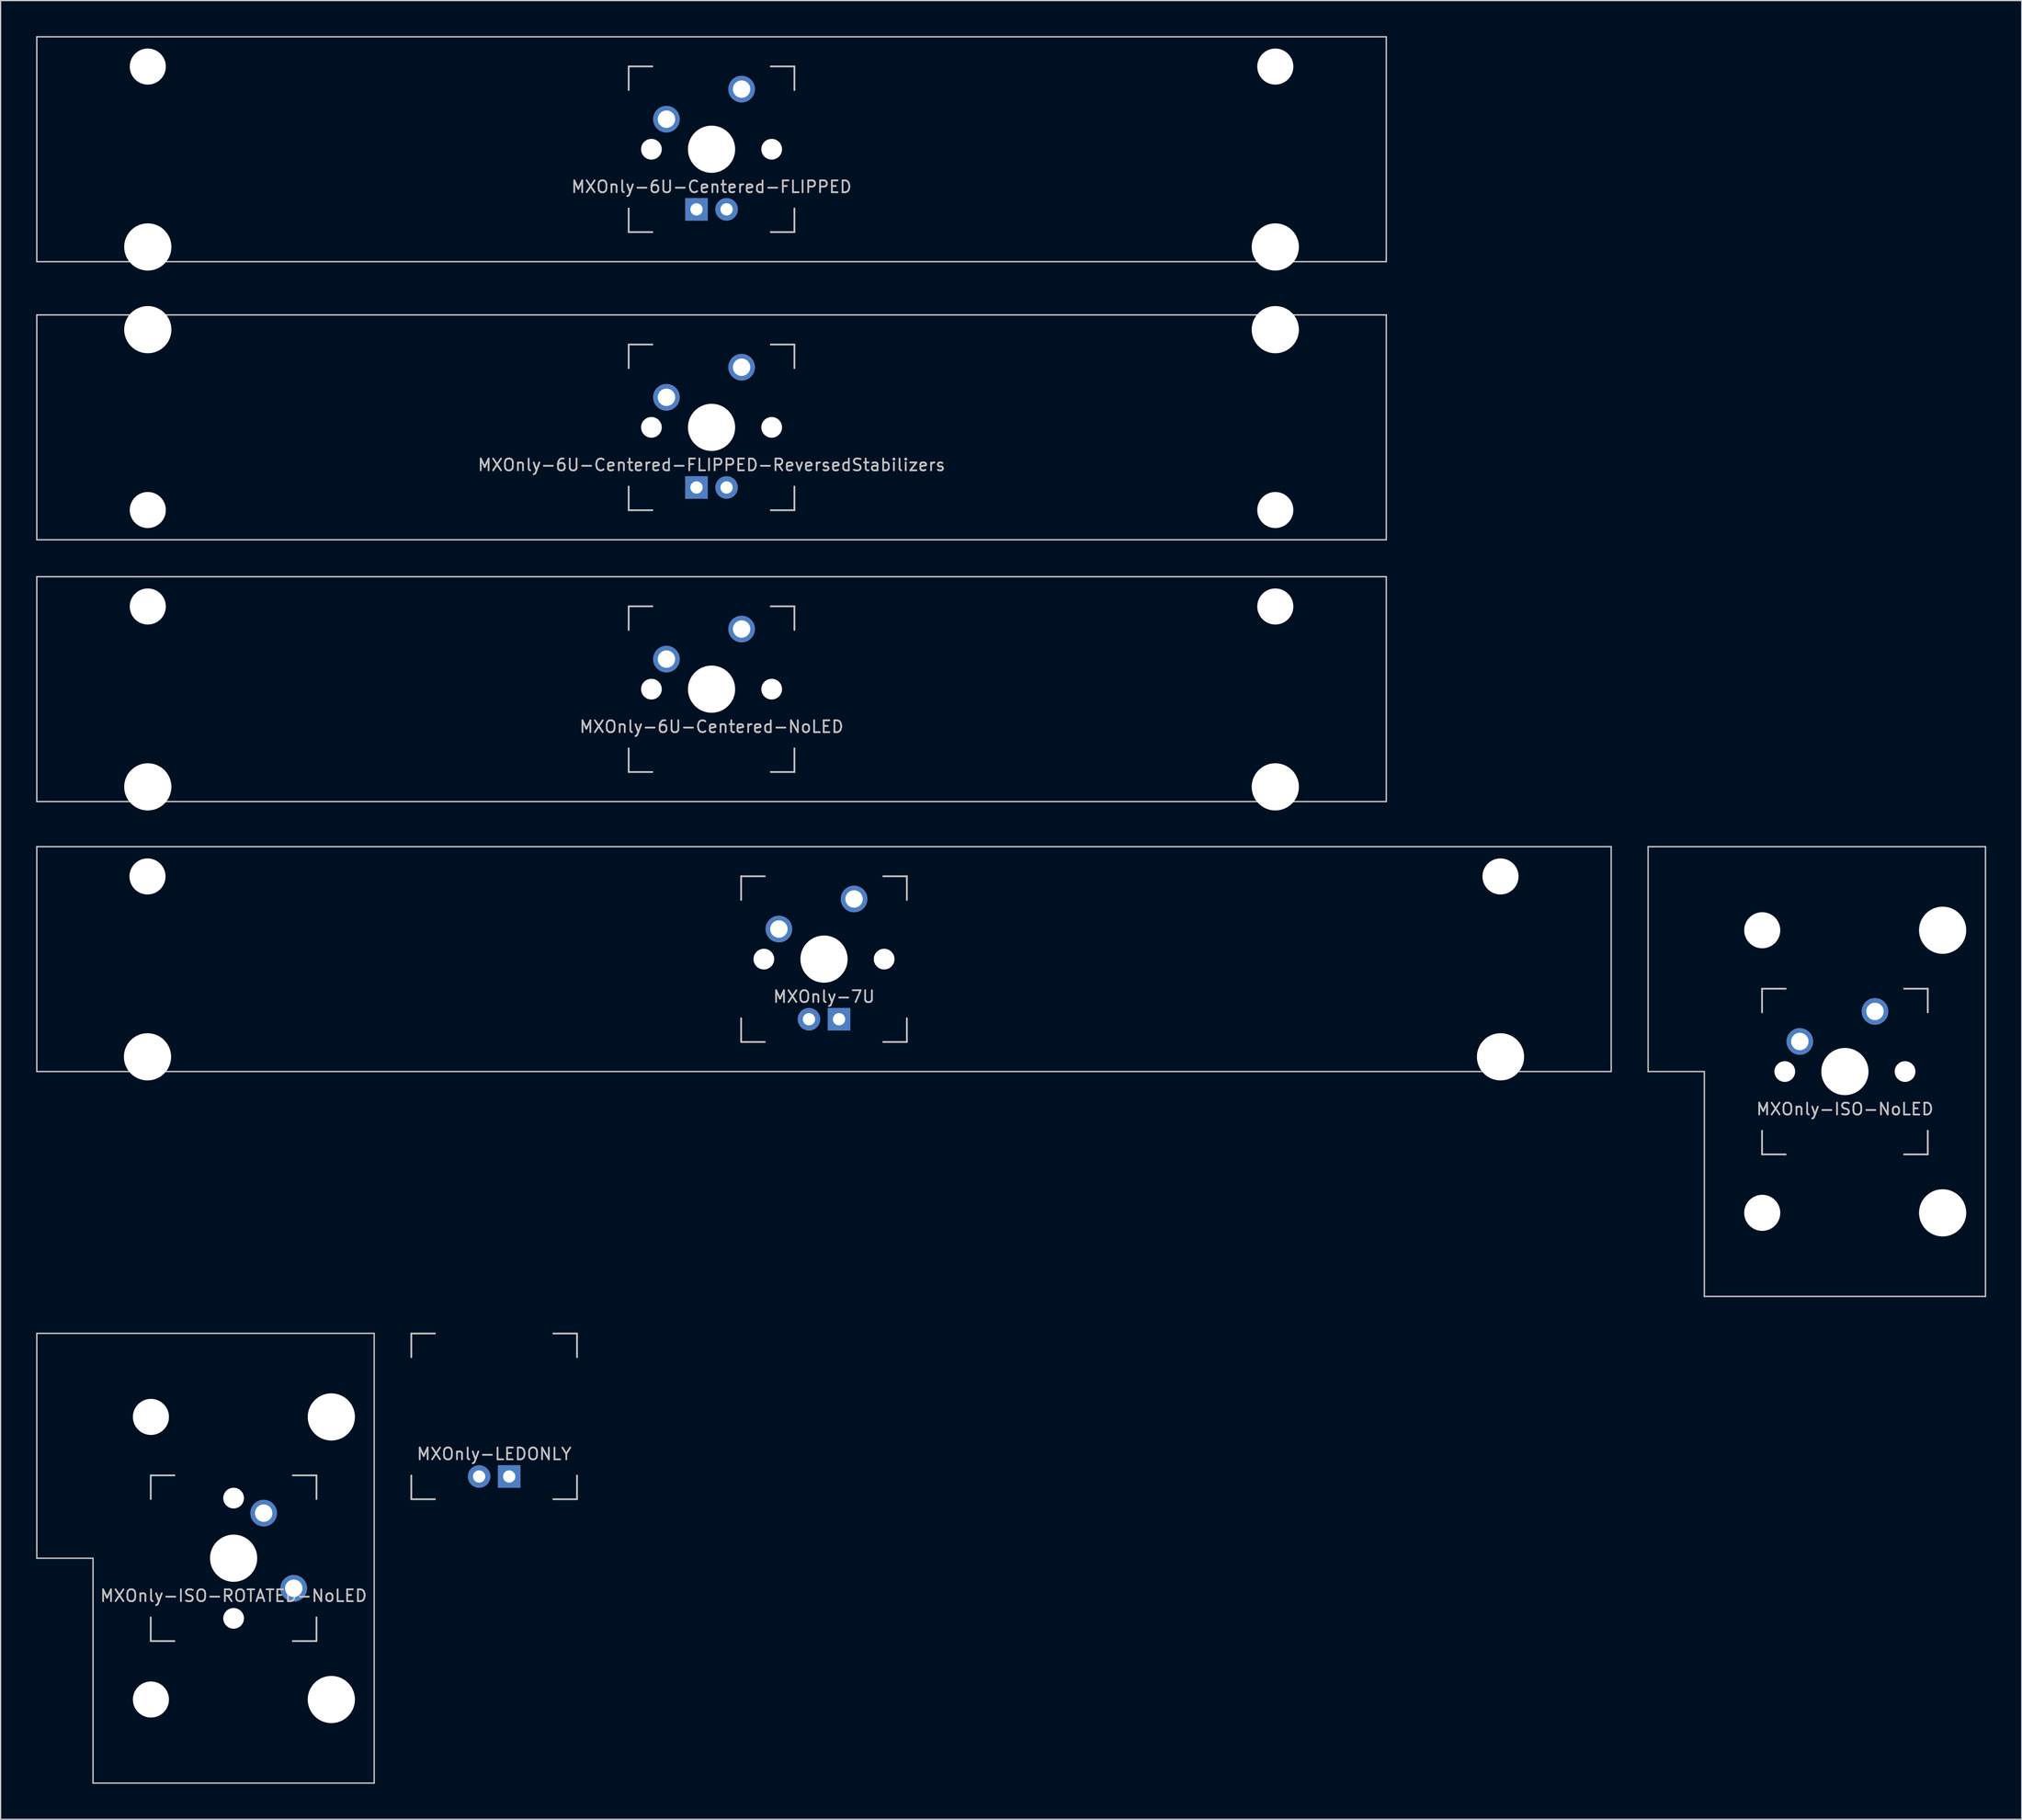
<source format=kicad_pcb>
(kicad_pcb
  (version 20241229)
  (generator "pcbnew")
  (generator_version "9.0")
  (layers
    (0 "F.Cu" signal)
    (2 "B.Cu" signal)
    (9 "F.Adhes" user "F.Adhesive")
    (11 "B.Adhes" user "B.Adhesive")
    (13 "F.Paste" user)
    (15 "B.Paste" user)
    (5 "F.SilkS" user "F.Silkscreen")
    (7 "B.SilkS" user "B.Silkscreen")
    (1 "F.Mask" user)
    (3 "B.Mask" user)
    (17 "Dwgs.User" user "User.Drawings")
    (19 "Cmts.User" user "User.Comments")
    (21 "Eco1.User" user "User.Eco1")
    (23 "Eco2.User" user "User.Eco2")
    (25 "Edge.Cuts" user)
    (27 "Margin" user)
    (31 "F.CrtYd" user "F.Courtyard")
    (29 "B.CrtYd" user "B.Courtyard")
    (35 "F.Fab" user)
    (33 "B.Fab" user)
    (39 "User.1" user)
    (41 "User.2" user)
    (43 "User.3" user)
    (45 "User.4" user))
  (footprint "MXOnly-6U-Centered-FLIPPED-ReversedStabilizers"
    (layer "F.Cu")
    (at 57.06 33.058)
    (property "Reference" "MXOnly-6U-Centered-FLIPPED-ReversedStabilizers" (at 0 3.175 0) (layer "Dwgs.User") (effects (font (size 1 1) (thickness 0.15))))
    (attr through_hole)
    (fp_line (start -57 -9.5) (end -57 9.5) (stroke (width 0.12) (type solid)) (layer "Dwgs.User"))
    (fp_line (start -57 9.5) (end 57 9.5) (stroke (width 0.12) (type solid)) (layer "Dwgs.User"))
    (fp_line (start -7 -7) (end -7 -5) (stroke (width 0.15) (type solid)) (layer "Dwgs.User"))
    (fp_line (start -7 5) (end -7 7) (stroke (width 0.15) (type solid)) (layer "Dwgs.User"))
    (fp_line (start -7 7) (end -5 7) (stroke (width 0.15) (type solid)) (layer "Dwgs.User"))
    (fp_line (start -5 -7) (end -7 -7) (stroke (width 0.15) (type solid)) (layer "Dwgs.User"))
    (fp_line (start 5 -7) (end 7 -7) (stroke (width 0.15) (type solid)) (layer "Dwgs.User"))
    (fp_line (start 5 7) (end 7 7) (stroke (width 0.15) (type solid)) (layer "Dwgs.User"))
    (fp_line (start 7 -7) (end 7 -5) (stroke (width 0.15) (type solid)) (layer "Dwgs.User"))
    (fp_line (start 7 7) (end 7 5) (stroke (width 0.15) (type solid)) (layer "Dwgs.User"))
    (fp_line (start 57 -9.5) (end -57 -9.5) (stroke (width 0.12) (type solid)) (layer "Dwgs.User"))
    (fp_line (start 57 9.5) (end 57 -9.5) (stroke (width 0.12) (type solid)) (layer "Dwgs.User"))
    (pad "" np_thru_hole circle (at -47.625 -8.255) (size 3.988 3.988) (drill 3.988) (layers "*.Cu" "*.Mask"))
    (pad "" np_thru_hole circle (at -47.625 6.985) (size 3.048 3.048) (drill 3.048) (layers "*.Cu" "*.Mask"))
    (pad "" np_thru_hole circle (at -5.08 0 48.1) (size 1.75 1.75) (drill 1.75) (layers "*.Cu" "*.Mask"))
    (pad "" np_thru_hole circle (at 0 0) (size 3.988 3.988) (drill 3.988) (layers "*.Cu" "*.Mask"))
    (pad "" np_thru_hole circle (at 5.08 0 48.1) (size 1.75 1.75) (drill 1.75) (layers "*.Cu" "*.Mask"))
    (pad "" np_thru_hole circle (at 47.625 -8.255) (size 3.988 3.988) (drill 3.988) (layers "*.Cu" "*.Mask"))
    (pad "" np_thru_hole circle (at 47.625 6.985) (size 3.048 3.048) (drill 3.048) (layers "*.Cu" "*.Mask"))
    (pad "1" thru_hole circle (at -3.81 -2.54) (size 2.25 2.25) (drill 1.47) (layers "*.Cu" "B.Mask"))
    (pad "2" thru_hole circle (at 2.54 -5.08) (size 2.25 2.25) (drill 1.47) (layers "*.Cu" "B.Mask"))
    (pad "3" thru_hole circle (at 1.27 5.08) (size 1.905 1.905) (drill 1.04) (layers "*.Cu" "B.Mask"))
    (pad "4" thru_hole rect (at -1.27 5.08) (size 1.905 1.905) (drill 1.04) (layers "*.Cu" "B.Mask")))
  (footprint "MXOnly-ISO-NoLED"
    (layer "F.Cu")
    (at 152.805 87.487)
    (property "Reference" "MXOnly-ISO-NoLED" (at 0 3.175 0) (layer "Dwgs.User") (effects (font (size 1 1) (thickness 0.15))))
    (attr through_hole)
    (fp_line (start -16.625 -19) (end -16.625 0) (stroke (width 0.12) (type solid)) (layer "Dwgs.User"))
    (fp_line (start -11.875 0) (end -16.625 0) (stroke (width 0.12) (type solid)) (layer "Dwgs.User"))
    (fp_line (start -11.875 19) (end -11.875 0) (stroke (width 0.12) (type solid)) (layer "Dwgs.User"))
    (fp_line (start -7 -7) (end -7 -5) (stroke (width 0.15) (type solid)) (layer "Dwgs.User"))
    (fp_line (start -7 5) (end -7 7) (stroke (width 0.15) (type solid)) (layer "Dwgs.User"))
    (fp_line (start -7 7) (end -5 7) (stroke (width 0.15) (type solid)) (layer "Dwgs.User"))
    (fp_line (start -5 -7) (end -7 -7) (stroke (width 0.15) (type solid)) (layer "Dwgs.User"))
    (fp_line (start 5 -7) (end 7 -7) (stroke (width 0.15) (type solid)) (layer "Dwgs.User"))
    (fp_line (start 5 7) (end 7 7) (stroke (width 0.15) (type solid)) (layer "Dwgs.User"))
    (fp_line (start 7 -7) (end 7 -5) (stroke (width 0.15) (type solid)) (layer "Dwgs.User"))
    (fp_line (start 7 7) (end 7 5) (stroke (width 0.15) (type solid)) (layer "Dwgs.User"))
    (fp_line (start 11.875 -19) (end -16.625 -19) (stroke (width 0.12) (type solid)) (layer "Dwgs.User"))
    (fp_line (start 11.875 19) (end -11.875 19) (stroke (width 0.12) (type solid)) (layer "Dwgs.User"))
    (fp_line (start 11.875 19) (end 11.875 -19) (stroke (width 0.12) (type solid)) (layer "Dwgs.User"))
    (pad "" np_thru_hole circle (at -6.985 -11.938) (size 3.048 3.048) (drill 3.048) (layers "*.Cu" "*.Mask"))
    (pad "" np_thru_hole circle (at -6.985 11.938) (size 3.048 3.048) (drill 3.048) (layers "*.Cu" "*.Mask"))
    (pad "" np_thru_hole circle (at -5.08 0 48.1) (size 1.75 1.75) (drill 1.75) (layers "*.Cu" "*.Mask"))
    (pad "" np_thru_hole circle (at 0 0) (size 3.988 3.988) (drill 3.988) (layers "*.Cu" "*.Mask"))
    (pad "" np_thru_hole circle (at 5.08 0 48.1) (size 1.75 1.75) (drill 1.75) (layers "*.Cu" "*.Mask"))
    (pad "" np_thru_hole circle (at 8.255 -11.938) (size 3.988 3.988) (drill 3.988) (layers "*.Cu" "*.Mask"))
    (pad "" np_thru_hole circle (at 8.255 11.938) (size 3.988 3.988) (drill 3.988) (layers "*.Cu" "*.Mask"))
    (pad "1" thru_hole circle (at -3.81 -2.54) (size 2.25 2.25) (drill 1.47) (layers "*.Cu" "B.Mask"))
    (pad "2" thru_hole circle (at 2.54 -5.08) (size 2.25 2.25) (drill 1.47) (layers "*.Cu" "B.Mask")))
  (footprint "MXOnly-ISO-ROTATED-NoLED"
    (layer "F.Cu")
    (at 16.685 128.607)
    (property "Reference" "MXOnly-ISO-ROTATED-NoLED" (at 0 3.175 0) (layer "Dwgs.User") (effects (font (size 1 1) (thickness 0.15))))
    (attr through_hole)
    (fp_line (start -16.625 -19) (end -16.625 0) (stroke (width 0.12) (type solid)) (layer "Dwgs.User"))
    (fp_line (start -11.875 0) (end -16.625 0) (stroke (width 0.12) (type solid)) (layer "Dwgs.User"))
    (fp_line (start -11.875 19) (end -11.875 0) (stroke (width 0.12) (type solid)) (layer "Dwgs.User"))
    (fp_line (start -7 -7) (end -7 -5) (stroke (width 0.15) (type solid)) (layer "Dwgs.User"))
    (fp_line (start -7 5) (end -7 7) (stroke (width 0.15) (type solid)) (layer "Dwgs.User"))
    (fp_line (start -7 7) (end -5 7) (stroke (width 0.15) (type solid)) (layer "Dwgs.User"))
    (fp_line (start -5 -7) (end -7 -7) (stroke (width 0.15) (type solid)) (layer "Dwgs.User"))
    (fp_line (start 5 -7) (end 7 -7) (stroke (width 0.15) (type solid)) (layer "Dwgs.User"))
    (fp_line (start 5 7) (end 7 7) (stroke (width 0.15) (type solid)) (layer "Dwgs.User"))
    (fp_line (start 7 -7) (end 7 -5) (stroke (width 0.15) (type solid)) (layer "Dwgs.User"))
    (fp_line (start 7 7) (end 7 5) (stroke (width 0.15) (type solid)) (layer "Dwgs.User"))
    (fp_line (start 11.875 -19) (end -16.625 -19) (stroke (width 0.12) (type solid)) (layer "Dwgs.User"))
    (fp_line (start 11.875 19) (end -11.875 19) (stroke (width 0.12) (type solid)) (layer "Dwgs.User"))
    (fp_line (start 11.875 19) (end 11.875 -19) (stroke (width 0.12) (type solid)) (layer "Dwgs.User"))
    (pad "" np_thru_hole circle (at -6.985 -11.938) (size 3.048 3.048) (drill 3.048) (layers "*.Cu" "*.Mask"))
    (pad "" np_thru_hole circle (at -6.985 11.938) (size 3.048 3.048) (drill 3.048) (layers "*.Cu" "*.Mask"))
    (pad "" np_thru_hole circle (at 0 -5.08 48.1) (size 1.75 1.75) (drill 1.75) (layers "*.Cu" "*.Mask"))
    (pad "" np_thru_hole circle (at 0 0) (size 3.988 3.988) (drill 3.988) (layers "*.Cu" "*.Mask"))
    (pad "" np_thru_hole circle (at 0 5.08 48.1) (size 1.75 1.75) (drill 1.75) (layers "*.Cu" "*.Mask"))
    (pad "" np_thru_hole circle (at 8.255 -11.938) (size 3.988 3.988) (drill 3.988) (layers "*.Cu" "*.Mask"))
    (pad "" np_thru_hole circle (at 8.255 11.938) (size 3.988 3.988) (drill 3.988) (layers "*.Cu" "*.Mask"))
    (pad "1" thru_hole circle (at 2.54 -3.81) (size 2.25 2.25) (drill 1.47) (layers "*.Cu" "B.Mask"))
    (pad "2" thru_hole circle (at 5.08 2.54) (size 2.25 2.25) (drill 1.47) (layers "*.Cu" "B.Mask")))
  (footprint "MXOnly-6U-Centered-FLIPPED"
    (layer "F.Cu")
    (at 57.06 9.56)
    (property "Reference" "MXOnly-6U-Centered-FLIPPED" (at 0 3.175 0) (layer "Dwgs.User") (effects (font (size 1 1) (thickness 0.15))))
    (attr through_hole)
    (fp_line (start -57 -9.5) (end -57 9.5) (stroke (width 0.12) (type solid)) (layer "Dwgs.User"))
    (fp_line (start -57 9.5) (end 57 9.5) (stroke (width 0.12) (type solid)) (layer "Dwgs.User"))
    (fp_line (start -7 -7) (end -7 -5) (stroke (width 0.15) (type solid)) (layer "Dwgs.User"))
    (fp_line (start -7 5) (end -7 7) (stroke (width 0.15) (type solid)) (layer "Dwgs.User"))
    (fp_line (start -7 7) (end -5 7) (stroke (width 0.15) (type solid)) (layer "Dwgs.User"))
    (fp_line (start -5 -7) (end -7 -7) (stroke (width 0.15) (type solid)) (layer "Dwgs.User"))
    (fp_line (start 5 -7) (end 7 -7) (stroke (width 0.15) (type solid)) (layer "Dwgs.User"))
    (fp_line (start 5 7) (end 7 7) (stroke (width 0.15) (type solid)) (layer "Dwgs.User"))
    (fp_line (start 7 -7) (end 7 -5) (stroke (width 0.15) (type solid)) (layer "Dwgs.User"))
    (fp_line (start 7 7) (end 7 5) (stroke (width 0.15) (type solid)) (layer "Dwgs.User"))
    (fp_line (start 57 -9.5) (end -57 -9.5) (stroke (width 0.12) (type solid)) (layer "Dwgs.User"))
    (fp_line (start 57 9.5) (end 57 -9.5) (stroke (width 0.12) (type solid)) (layer "Dwgs.User"))
    (pad "" np_thru_hole circle (at -47.625 -6.985) (size 3.048 3.048) (drill 3.048) (layers "*.Cu" "*.Mask"))
    (pad "" np_thru_hole circle (at -47.625 8.255) (size 3.988 3.988) (drill 3.988) (layers "*.Cu" "*.Mask"))
    (pad "" np_thru_hole circle (at -5.08 0 48.1) (size 1.75 1.75) (drill 1.75) (layers "*.Cu" "*.Mask"))
    (pad "" np_thru_hole circle (at 0 0) (size 3.988 3.988) (drill 3.988) (layers "*.Cu" "*.Mask"))
    (pad "" np_thru_hole circle (at 5.08 0 48.1) (size 1.75 1.75) (drill 1.75) (layers "*.Cu" "*.Mask"))
    (pad "" np_thru_hole circle (at 47.625 -6.985) (size 3.048 3.048) (drill 3.048) (layers "*.Cu" "*.Mask"))
    (pad "" np_thru_hole circle (at 47.625 8.255) (size 3.988 3.988) (drill 3.988) (layers "*.Cu" "*.Mask"))
    (pad "1" thru_hole circle (at -3.81 -2.54) (size 2.25 2.25) (drill 1.47) (layers "*.Cu" "B.Mask"))
    (pad "2" thru_hole circle (at 2.54 -5.08) (size 2.25 2.25) (drill 1.47) (layers "*.Cu" "B.Mask"))
    (pad "3" thru_hole circle (at 1.27 5.08) (size 1.905 1.905) (drill 1.04) (layers "*.Cu" "B.Mask"))
    (pad "4" thru_hole rect (at -1.27 5.08) (size 1.905 1.905) (drill 1.04) (layers "*.Cu" "B.Mask")))
  (footprint "MXOnly-7U"
    (layer "F.Cu")
    (at 66.56 77.987)
    (property "Reference" "MXOnly-7U" (at 0 3.175 0) (layer "Dwgs.User") (effects (font (size 1 1) (thickness 0.15))))
    (attr through_hole)
    (fp_line (start -66.5 -9.5) (end -66.5 9.5) (stroke (width 0.12) (type solid)) (layer "Dwgs.User"))
    (fp_line (start -66.5 9.5) (end 66.5 9.5) (stroke (width 0.12) (type solid)) (layer "Dwgs.User"))
    (fp_line (start -7 -7) (end -7 -5) (stroke (width 0.15) (type solid)) (layer "Dwgs.User"))
    (fp_line (start -7 5) (end -7 7) (stroke (width 0.15) (type solid)) (layer "Dwgs.User"))
    (fp_line (start -7 7) (end -5 7) (stroke (width 0.15) (type solid)) (layer "Dwgs.User"))
    (fp_line (start -5 -7) (end -7 -7) (stroke (width 0.15) (type solid)) (layer "Dwgs.User"))
    (fp_line (start 5 -7) (end 7 -7) (stroke (width 0.15) (type solid)) (layer "Dwgs.User"))
    (fp_line (start 5 7) (end 7 7) (stroke (width 0.15) (type solid)) (layer "Dwgs.User"))
    (fp_line (start 7 -7) (end 7 -5) (stroke (width 0.15) (type solid)) (layer "Dwgs.User"))
    (fp_line (start 7 7) (end 7 5) (stroke (width 0.15) (type solid)) (layer "Dwgs.User"))
    (fp_line (start 66.5 -9.5) (end -66.5 -9.5) (stroke (width 0.12) (type solid)) (layer "Dwgs.User"))
    (fp_line (start 66.5 9.5) (end 66.5 -9.5) (stroke (width 0.12) (type solid)) (layer "Dwgs.User"))
    (pad "" np_thru_hole circle (at -57.15 -6.985) (size 3.048 3.048) (drill 3.048) (layers "*.Cu" "*.Mask"))
    (pad "" np_thru_hole circle (at -57.15 8.255) (size 3.988 3.988) (drill 3.988) (layers "*.Cu" "*.Mask"))
    (pad "" np_thru_hole circle (at -5.08 0 48.1) (size 1.75 1.75) (drill 1.75) (layers "*.Cu" "*.Mask"))
    (pad "" np_thru_hole circle (at 0 0) (size 3.988 3.988) (drill 3.988) (layers "*.Cu" "*.Mask"))
    (pad "" np_thru_hole circle (at 5.08 0 48.1) (size 1.75 1.75) (drill 1.75) (layers "*.Cu" "*.Mask"))
    (pad "" np_thru_hole circle (at 57.15 -6.985) (size 3.048 3.048) (drill 3.048) (layers "*.Cu" "*.Mask"))
    (pad "" np_thru_hole circle (at 57.15 8.255) (size 3.988 3.988) (drill 3.988) (layers "*.Cu" "*.Mask"))
    (pad "1" thru_hole circle (at -3.81 -2.54) (size 2.25 2.25) (drill 1.47) (layers "*.Cu" "B.Mask"))
    (pad "2" thru_hole circle (at 2.54 -5.08) (size 2.25 2.25) (drill 1.47) (layers "*.Cu" "B.Mask"))
    (pad "3" thru_hole circle (at -1.27 5.08) (size 1.905 1.905) (drill 1.04) (layers "*.Cu" "B.Mask"))
    (pad "4" thru_hole rect (at 1.27 5.08) (size 1.905 1.905) (drill 1.04) (layers "*.Cu" "B.Mask")))
  (footprint "MXOnly-LEDONLY"
    (layer "F.Cu")
    (at 38.695 116.622)
    (property "Reference" "MXOnly-LEDONLY" (at 0 3.175 0) (layer "Dwgs.User") (effects (font (size 1 1) (thickness 0.15))))
    (attr through_hole)
    (fp_line (start -7 -7) (end -7 -5) (stroke (width 0.15) (type solid)) (layer "Dwgs.User"))
    (fp_line (start -7 5) (end -7 7) (stroke (width 0.15) (type solid)) (layer "Dwgs.User"))
    (fp_line (start -7 7) (end -5 7) (stroke (width 0.15) (type solid)) (layer "Dwgs.User"))
    (fp_line (start -5 -7) (end -7 -7) (stroke (width 0.15) (type solid)) (layer "Dwgs.User"))
    (fp_line (start 5 -7) (end 7 -7) (stroke (width 0.15) (type solid)) (layer "Dwgs.User"))
    (fp_line (start 5 7) (end 7 7) (stroke (width 0.15) (type solid)) (layer "Dwgs.User"))
    (fp_line (start 7 -7) (end 7 -5) (stroke (width 0.15) (type solid)) (layer "Dwgs.User"))
    (fp_line (start 7 7) (end 7 5) (stroke (width 0.15) (type solid)) (layer "Dwgs.User"))
    (pad "1" thru_hole circle (at -1.27 5.08) (size 1.905 1.905) (drill 1.04) (layers "*.Cu" "*.Mask"))
    (pad "2" thru_hole rect (at 1.27 5.08) (size 1.905 1.905) (drill 1.04) (layers "*.Cu" "*.Mask")))
  (footprint "MXOnly-6U-Centered-NoLED"
    (layer "F.Cu")
    (at 57.06 55.178)
    (property "Reference" "MXOnly-6U-Centered-NoLED" (at 0 3.175 0) (layer "Dwgs.User") (effects (font (size 1 1) (thickness 0.15))))
    (attr through_hole)
    (fp_line (start -57 -9.5) (end -57 9.5) (stroke (width 0.12) (type solid)) (layer "Dwgs.User"))
    (fp_line (start -57 9.5) (end 57 9.5) (stroke (width 0.12) (type solid)) (layer "Dwgs.User"))
    (fp_line (start -7 -7) (end -7 -5) (stroke (width 0.15) (type solid)) (layer "Dwgs.User"))
    (fp_line (start -7 5) (end -7 7) (stroke (width 0.15) (type solid)) (layer "Dwgs.User"))
    (fp_line (start -7 7) (end -5 7) (stroke (width 0.15) (type solid)) (layer "Dwgs.User"))
    (fp_line (start -5 -7) (end -7 -7) (stroke (width 0.15) (type solid)) (layer "Dwgs.User"))
    (fp_line (start 5 -7) (end 7 -7) (stroke (width 0.15) (type solid)) (layer "Dwgs.User"))
    (fp_line (start 5 7) (end 7 7) (stroke (width 0.15) (type solid)) (layer "Dwgs.User"))
    (fp_line (start 7 -7) (end 7 -5) (stroke (width 0.15) (type solid)) (layer "Dwgs.User"))
    (fp_line (start 7 7) (end 7 5) (stroke (width 0.15) (type solid)) (layer "Dwgs.User"))
    (fp_line (start 57 -9.5) (end -57 -9.5) (stroke (width 0.12) (type solid)) (layer "Dwgs.User"))
    (fp_line (start 57 9.5) (end 57 -9.5) (stroke (width 0.12) (type solid)) (layer "Dwgs.User"))
    (pad "" np_thru_hole circle (at -47.625 -6.985) (size 3.048 3.048) (drill 3.048) (layers "*.Cu" "*.Mask"))
    (pad "" np_thru_hole circle (at -47.625 8.255) (size 3.988 3.988) (drill 3.988) (layers "*.Cu" "*.Mask"))
    (pad "" np_thru_hole circle (at -5.08 0 48.1) (size 1.75 1.75) (drill 1.75) (layers "*.Cu" "*.Mask"))
    (pad "" np_thru_hole circle (at 0 0) (size 3.988 3.988) (drill 3.988) (layers "*.Cu" "*.Mask"))
    (pad "" np_thru_hole circle (at 5.08 0 48.1) (size 1.75 1.75) (drill 1.75) (layers "*.Cu" "*.Mask"))
    (pad "" np_thru_hole circle (at 47.625 -6.985) (size 3.048 3.048) (drill 3.048) (layers "*.Cu" "*.Mask"))
    (pad "" np_thru_hole circle (at 47.625 8.255) (size 3.988 3.988) (drill 3.988) (layers "*.Cu" "*.Mask"))
    (pad "1" thru_hole circle (at -3.81 -2.54) (size 2.25 2.25) (drill 1.47) (layers "*.Cu" "B.Mask"))
    (pad "2" thru_hole circle (at 2.54 -5.08) (size 2.25 2.25) (drill 1.47) (layers "*.Cu" "B.Mask")))
  (gr_rect
    (start -3 -3)
    (end 167.74 150.667)
    (stroke (width 0.1) (type default))
    (fill no)
    (layer "Edge.Cuts")))
</source>
